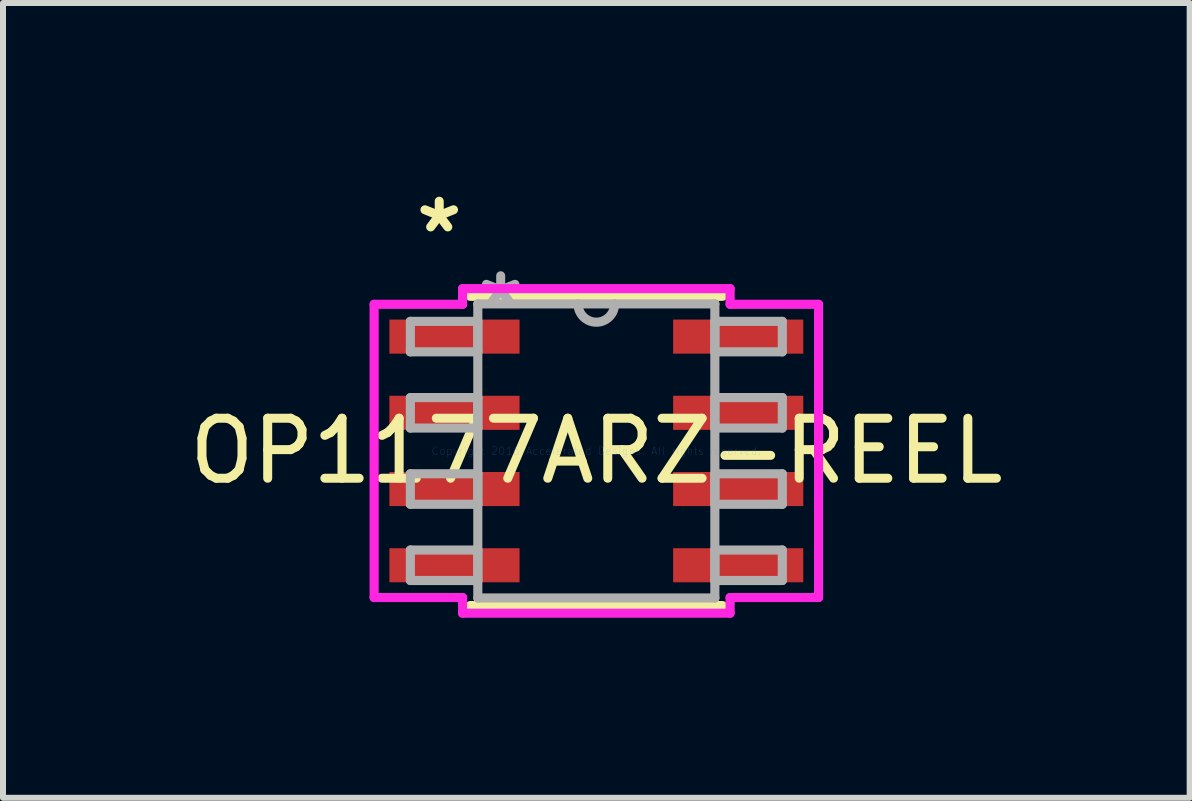
<source format=kicad_pcb>
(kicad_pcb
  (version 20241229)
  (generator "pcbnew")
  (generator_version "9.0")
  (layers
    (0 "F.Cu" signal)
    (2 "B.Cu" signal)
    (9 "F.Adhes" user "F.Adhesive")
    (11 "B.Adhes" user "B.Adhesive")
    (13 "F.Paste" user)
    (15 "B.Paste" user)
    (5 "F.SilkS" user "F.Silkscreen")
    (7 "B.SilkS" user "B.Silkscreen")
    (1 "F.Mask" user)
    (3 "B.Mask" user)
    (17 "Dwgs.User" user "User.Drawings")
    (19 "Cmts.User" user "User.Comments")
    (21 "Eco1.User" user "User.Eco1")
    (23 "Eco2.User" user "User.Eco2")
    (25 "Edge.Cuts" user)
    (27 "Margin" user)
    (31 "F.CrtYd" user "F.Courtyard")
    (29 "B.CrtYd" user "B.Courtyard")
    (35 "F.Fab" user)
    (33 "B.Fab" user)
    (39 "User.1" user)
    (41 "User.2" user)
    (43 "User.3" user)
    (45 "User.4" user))
  (footprint "OP1177ARZ-REEL"
    (layer "F.Cu")
    (at 6.887 4.464)
    (property "Reference" "OP1177ARZ-REEL" (at 0 0 0) (layer "F.SilkS") (effects (font (size 1 1) (thickness 0.15))))
    (attr through_hole)
    (fp_line (start -2.102 2.577) (end 2.102 2.577) (stroke (width 0.152) (type solid)) (layer "F.SilkS"))
    (fp_line (start 2.102 -2.577) (end -2.102 -2.577) (stroke (width 0.152) (type solid)) (layer "F.SilkS"))
    (fp_line (start -3.703 -2.443) (end -2.229 -2.443) (stroke (width 0.152) (type solid)) (layer "F.CrtYd"))
    (fp_line (start -3.703 2.443) (end -3.703 -2.443) (stroke (width 0.152) (type solid)) (layer "F.CrtYd"))
    (fp_line (start -2.229 -2.704) (end 2.229 -2.704) (stroke (width 0.152) (type solid)) (layer "F.CrtYd"))
    (fp_line (start -2.229 -2.443) (end -2.229 -2.704) (stroke (width 0.152) (type solid)) (layer "F.CrtYd"))
    (fp_line (start -2.229 2.443) (end -3.703 2.443) (stroke (width 0.152) (type solid)) (layer "F.CrtYd"))
    (fp_line (start -2.229 2.704) (end -2.229 2.443) (stroke (width 0.152) (type solid)) (layer "F.CrtYd"))
    (fp_line (start 2.229 -2.704) (end 2.229 -2.443) (stroke (width 0.152) (type solid)) (layer "F.CrtYd"))
    (fp_line (start 2.229 -2.443) (end 3.703 -2.443) (stroke (width 0.152) (type solid)) (layer "F.CrtYd"))
    (fp_line (start 2.229 2.443) (end 2.229 2.704) (stroke (width 0.152) (type solid)) (layer "F.CrtYd"))
    (fp_line (start 2.229 2.704) (end -2.229 2.704) (stroke (width 0.152) (type solid)) (layer "F.CrtYd"))
    (fp_line (start 3.703 -2.443) (end 3.703 2.443) (stroke (width 0.152) (type solid)) (layer "F.CrtYd"))
    (fp_line (start 3.703 2.443) (end 2.229 2.443) (stroke (width 0.152) (type solid)) (layer "F.CrtYd"))
    (fp_line (start -3.099 -2.159) (end -3.099 -1.651) (stroke (width 0.152) (type solid)) (layer "F.Fab"))
    (fp_line (start -3.099 -1.651) (end -1.975 -1.651) (stroke (width 0.152) (type solid)) (layer "F.Fab"))
    (fp_line (start -3.099 -0.889) (end -3.099 -0.381) (stroke (width 0.152) (type solid)) (layer "F.Fab"))
    (fp_line (start -3.099 -0.381) (end -1.975 -0.381) (stroke (width 0.152) (type solid)) (layer "F.Fab"))
    (fp_line (start -3.099 0.381) (end -3.099 0.889) (stroke (width 0.152) (type solid)) (layer "F.Fab"))
    (fp_line (start -3.099 0.889) (end -1.975 0.889) (stroke (width 0.152) (type solid)) (layer "F.Fab"))
    (fp_line (start -3.099 1.651) (end -3.099 2.159) (stroke (width 0.152) (type solid)) (layer "F.Fab"))
    (fp_line (start -3.099 2.159) (end -1.975 2.159) (stroke (width 0.152) (type solid)) (layer "F.Fab"))
    (fp_line (start -1.975 -2.45) (end -1.975 2.45) (stroke (width 0.152) (type solid)) (layer "F.Fab"))
    (fp_line (start -1.975 -2.159) (end -3.099 -2.159) (stroke (width 0.152) (type solid)) (layer "F.Fab"))
    (fp_line (start -1.975 -1.651) (end -1.975 -2.159) (stroke (width 0.152) (type solid)) (layer "F.Fab"))
    (fp_line (start -1.975 -0.889) (end -3.099 -0.889) (stroke (width 0.152) (type solid)) (layer "F.Fab"))
    (fp_line (start -1.975 -0.381) (end -1.975 -0.889) (stroke (width 0.152) (type solid)) (layer "F.Fab"))
    (fp_line (start -1.975 0.381) (end -3.099 0.381) (stroke (width 0.152) (type solid)) (layer "F.Fab"))
    (fp_line (start -1.975 0.889) (end -1.975 0.381) (stroke (width 0.152) (type solid)) (layer "F.Fab"))
    (fp_line (start -1.975 1.651) (end -3.099 1.651) (stroke (width 0.152) (type solid)) (layer "F.Fab"))
    (fp_line (start -1.975 2.159) (end -1.975 1.651) (stroke (width 0.152) (type solid)) (layer "F.Fab"))
    (fp_line (start -1.975 2.45) (end 1.975 2.45) (stroke (width 0.152) (type solid)) (layer "F.Fab"))
    (fp_line (start 1.975 -2.45) (end -1.975 -2.45) (stroke (width 0.152) (type solid)) (layer "F.Fab"))
    (fp_line (start 1.975 -2.159) (end 1.975 -1.651) (stroke (width 0.152) (type solid)) (layer "F.Fab"))
    (fp_line (start 1.975 -1.651) (end 3.099 -1.651) (stroke (width 0.152) (type solid)) (layer "F.Fab"))
    (fp_line (start 1.975 -0.889) (end 1.975 -0.381) (stroke (width 0.152) (type solid)) (layer "F.Fab"))
    (fp_line (start 1.975 -0.381) (end 3.099 -0.381) (stroke (width 0.152) (type solid)) (layer "F.Fab"))
    (fp_line (start 1.975 0.381) (end 1.975 0.889) (stroke (width 0.152) (type solid)) (layer "F.Fab"))
    (fp_line (start 1.975 0.889) (end 3.099 0.889) (stroke (width 0.152) (type solid)) (layer "F.Fab"))
    (fp_line (start 1.975 1.651) (end 1.975 2.159) (stroke (width 0.152) (type solid)) (layer "F.Fab"))
    (fp_line (start 1.975 2.159) (end 3.099 2.159) (stroke (width 0.152) (type solid)) (layer "F.Fab"))
    (fp_line (start 1.975 2.45) (end 1.975 -2.45) (stroke (width 0.152) (type solid)) (layer "F.Fab"))
    (fp_line (start 3.099 -2.159) (end 1.975 -2.159) (stroke (width 0.152) (type solid)) (layer "F.Fab"))
    (fp_line (start 3.099 -1.651) (end 3.099 -2.159) (stroke (width 0.152) (type solid)) (layer "F.Fab"))
    (fp_line (start 3.099 -0.889) (end 1.975 -0.889) (stroke (width 0.152) (type solid)) (layer "F.Fab"))
    (fp_line (start 3.099 -0.381) (end 3.099 -0.889) (stroke (width 0.152) (type solid)) (layer "F.Fab"))
    (fp_line (start 3.099 0.381) (end 1.975 0.381) (stroke (width 0.152) (type solid)) (layer "F.Fab"))
    (fp_line (start 3.099 0.889) (end 3.099 0.381) (stroke (width 0.152) (type solid)) (layer "F.Fab"))
    (fp_line (start 3.099 1.651) (end 1.975 1.651) (stroke (width 0.152) (type solid)) (layer "F.Fab"))
    (fp_line (start 3.099 2.159) (end 3.099 1.651) (stroke (width 0.152) (type solid)) (layer "F.Fab"))
    (fp_arc (start 0.3048 -2.45) (mid 0 -2.1452) (end -0.3048 -2.45) (stroke (width 0.1524) (type solid)) (layer "F.Fab"))
    (fp_text user "*" (at -2.618 -3.616 0) (layer "F.SilkS") (effects (font (size 1 1) (thickness 0.15))))
    (fp_text user "Copyright 2016 Accelerated Designs. All rights reserved." (at 0 0 0) (layer "Cmts.User") (effects (font (size 0.127 0.127) (thickness 0.002))))
    (fp_text user "*" (at -1.594 -2.374 0) (layer "F.Fab") (effects (font (size 1 1) (thickness 0.15))))
    (pad "1" smd rect (at -2.364 -1.905) (size 2.169 0.568) (layers "F.Cu" "F.Mask" "F.Paste"))
    (pad "2" smd rect (at -2.364 -0.635) (size 2.169 0.568) (layers "F.Cu" "F.Mask" "F.Paste"))
    (pad "3" smd rect (at -2.364 0.635) (size 2.169 0.568) (layers "F.Cu" "F.Mask" "F.Paste"))
    (pad "4" smd rect (at -2.364 1.905) (size 2.169 0.568) (layers "F.Cu" "F.Mask" "F.Paste"))
    (pad "5" smd rect (at 2.364 1.905) (size 2.169 0.568) (layers "F.Cu" "F.Mask" "F.Paste"))
    (pad "6" smd rect (at 2.364 0.635) (size 2.169 0.568) (layers "F.Cu" "F.Mask" "F.Paste"))
    (pad "7" smd rect (at 2.364 -0.635) (size 2.169 0.568) (layers "F.Cu" "F.Mask" "F.Paste"))
    (pad "8" smd rect (at 2.364 -1.905) (size 2.169 0.568) (layers "F.Cu" "F.Mask" "F.Paste")))
  (gr_rect
    (start -3 -3)
    (end 16.774 10.244)
    (stroke (width 0.1) (type default))
    (fill no)
    (layer "Edge.Cuts")))
</source>
